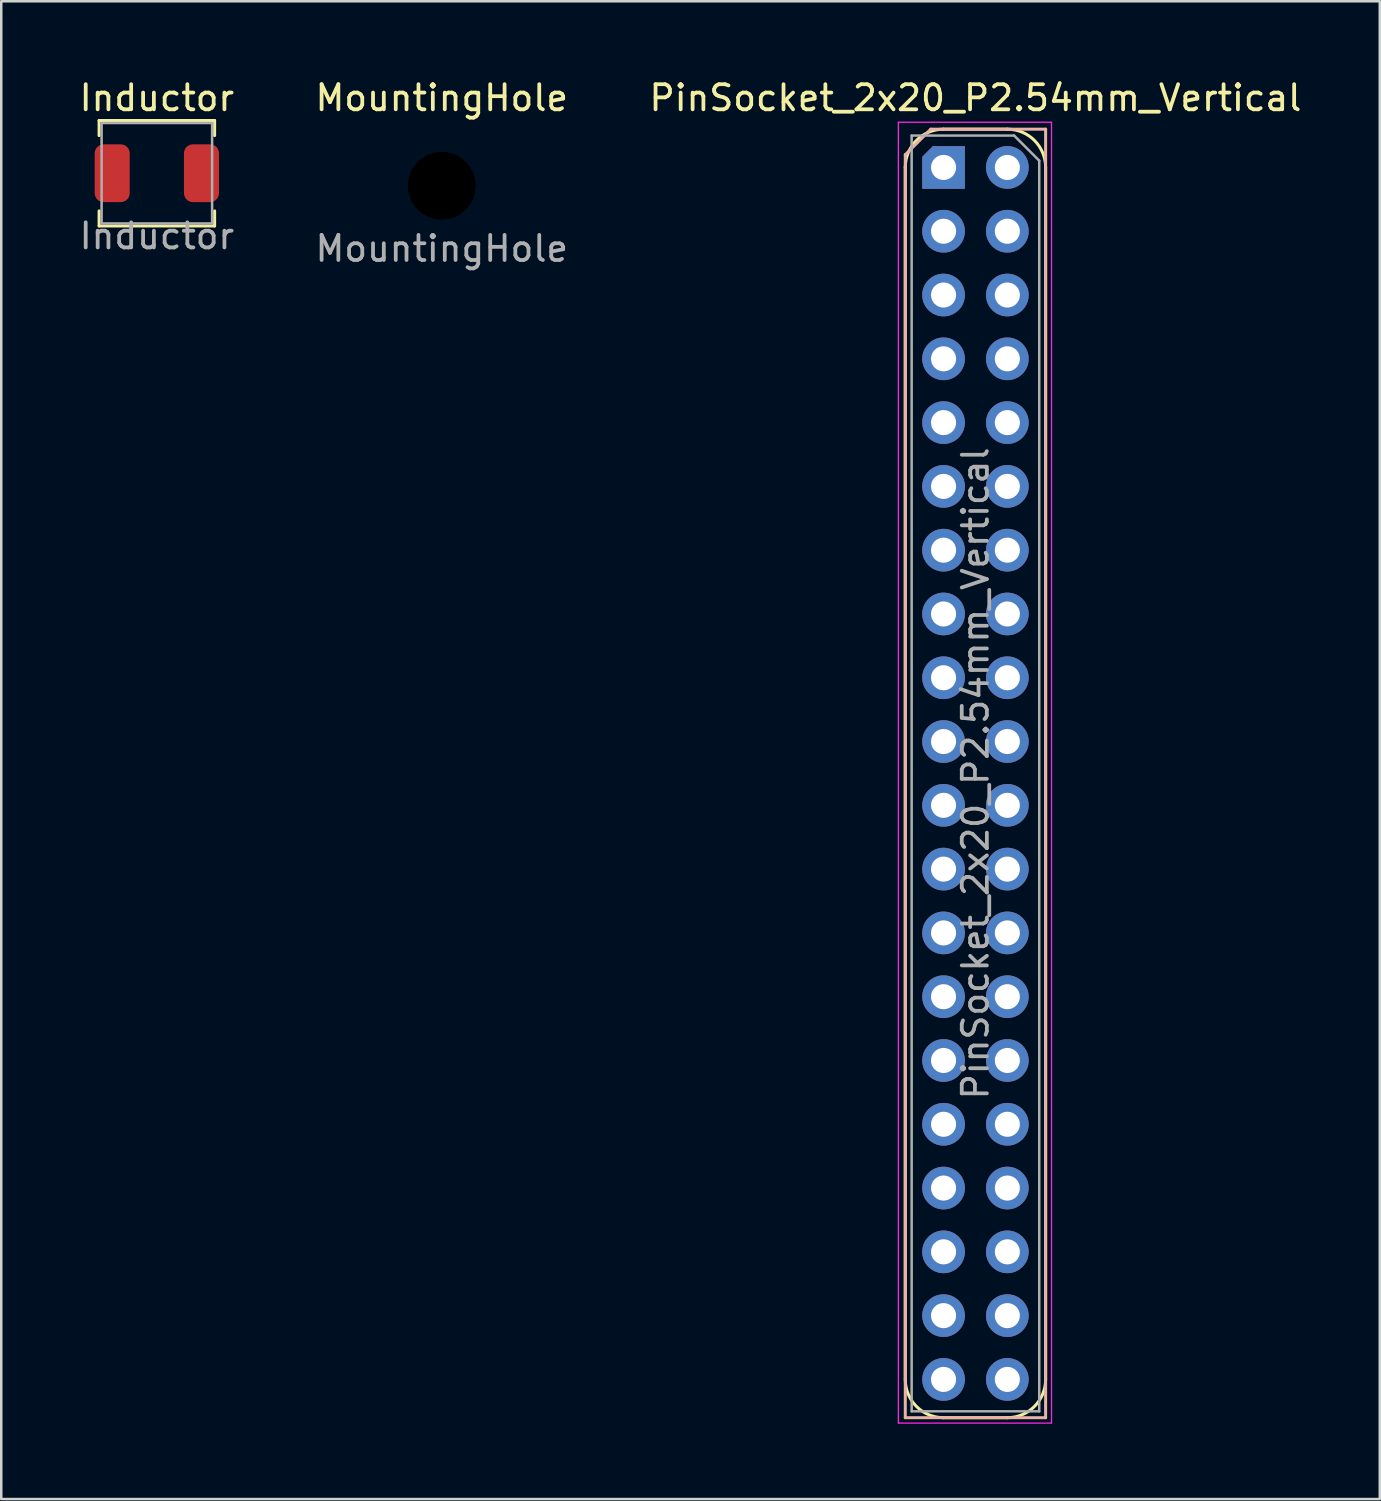
<source format=kicad_pcb>
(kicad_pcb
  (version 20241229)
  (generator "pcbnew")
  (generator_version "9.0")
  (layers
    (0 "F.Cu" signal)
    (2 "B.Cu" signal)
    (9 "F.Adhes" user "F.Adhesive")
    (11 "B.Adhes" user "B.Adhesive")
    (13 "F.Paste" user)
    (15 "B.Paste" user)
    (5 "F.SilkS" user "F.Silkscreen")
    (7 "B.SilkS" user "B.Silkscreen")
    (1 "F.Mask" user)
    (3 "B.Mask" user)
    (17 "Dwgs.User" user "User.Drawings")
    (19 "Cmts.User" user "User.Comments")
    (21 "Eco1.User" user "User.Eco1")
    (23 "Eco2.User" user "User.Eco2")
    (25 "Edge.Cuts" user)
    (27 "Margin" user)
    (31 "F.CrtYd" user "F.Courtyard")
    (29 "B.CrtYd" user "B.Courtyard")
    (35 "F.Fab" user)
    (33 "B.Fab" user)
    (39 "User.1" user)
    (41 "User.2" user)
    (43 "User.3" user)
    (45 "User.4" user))
  (footprint "PinSocket_2x20_P2.54mm_Vertical"
    (layer "F.Cu")
    (at 37.062 3.618)
    (property "Reference" "PinSocket_2x20_P2.54mm_Vertical" (at -1.27 -2.77 0) (layer "F.SilkS") (effects (font (size 1 1) (thickness 0.15))))
    (attr through_hole)
    (fp_line (start -4.064 48.26) (end -4.064 0) (stroke (width 0.12) (type default)) (layer "F.SilkS"))
    (fp_line (start -2.54 -1.524) (end 0 -1.524) (stroke (width 0.12) (type default)) (layer "F.SilkS"))
    (fp_line (start 0 49.784) (end -2.54 49.784) (stroke (width 0.12) (type default)) (layer "F.SilkS"))
    (fp_line (start 1.524 0) (end 1.524 48.26) (stroke (width 0.12) (type default)) (layer "F.SilkS"))
    (fp_arc (start -4.064 0) (mid -3.617631 -1.077631) (end -2.54 -1.524) (stroke (width 0.12) (type default)) (layer "F.SilkS"))
    (fp_arc (start -2.54 49.784) (mid -3.617631 49.337631) (end -4.064 48.26) (stroke (width 0.12) (type default)) (layer "F.SilkS"))
    (fp_arc (start 0 -1.524) (mid 1.077631 -1.077631) (end 1.524 0) (stroke (width 0.12) (type default)) (layer "F.SilkS"))
    (fp_arc (start 1.524 48.26) (mid 1.077631 49.337631) (end 0 49.784) (stroke (width 0.12) (type default)) (layer "F.SilkS"))
    (fp_line (start -4.064 -0.508) (end -3.048 -1.524) (stroke (width 0.12) (type default)) (layer "B.SilkS"))
    (fp_line (start -4.064 49.784) (end -4.064 -0.508) (stroke (width 0.12) (type default)) (layer "B.SilkS"))
    (fp_line (start 1.524 -1.524) (end -3.048 -1.524) (stroke (width 0.12) (type default)) (layer "B.SilkS"))
    (fp_line (start 1.524 -1.524) (end 1.524 49.784) (stroke (width 0.12) (type default)) (layer "B.SilkS"))
    (fp_line (start 1.524 49.784) (end -4.064 49.784) (stroke (width 0.12) (type default)) (layer "B.SilkS"))
    (fp_line (start -4.34 -1.8) (end 1.76 -1.8) (stroke (width 0.05) (type solid)) (layer "F.CrtYd"))
    (fp_line (start -4.34 50) (end -4.34 -1.8) (stroke (width 0.05) (type solid)) (layer "F.CrtYd"))
    (fp_line (start 1.76 -1.8) (end 1.76 50) (stroke (width 0.05) (type solid)) (layer "F.CrtYd"))
    (fp_line (start 1.76 50) (end -4.34 50) (stroke (width 0.05) (type solid)) (layer "F.CrtYd"))
    (fp_line (start -3.81 -1.27) (end 0.27 -1.27) (stroke (width 0.1) (type solid)) (layer "F.Fab"))
    (fp_line (start -3.81 49.53) (end -3.81 -1.27) (stroke (width 0.1) (type solid)) (layer "F.Fab"))
    (fp_line (start 0.27 -1.27) (end 1.27 -0.27) (stroke (width 0.1) (type solid)) (layer "F.Fab"))
    (fp_line (start 1.27 -0.27) (end 1.27 49.53) (stroke (width 0.1) (type solid)) (layer "F.Fab"))
    (fp_line (start 1.27 49.53) (end -3.81 49.53) (stroke (width 0.1) (type solid)) (layer "F.Fab"))
    (fp_text user "${REFERENCE}" (at -1.27 24.13 90) (layer "F.Fab") (effects (font (size 1 1) (thickness 0.15))))
    (pad "1" thru_hole roundrect (at -2.54 0) (size 1.7 1.7) (drill 1) (layers "*.Cu" "*.Mask") (roundrect_rratio 0) (chamfer_ratio 0.25) (chamfer top_left))
    (pad "2" thru_hole circle (at 0 0) (size 1.7 1.7) (drill 1) (layers "*.Cu" "*.Mask"))
    (pad "3" thru_hole oval (at -2.54 2.54) (size 1.7 1.7) (drill 1) (layers "*.Cu" "*.Mask"))
    (pad "4" thru_hole oval (at 0 2.54) (size 1.7 1.7) (drill 1) (layers "*.Cu" "*.Mask"))
    (pad "5" thru_hole oval (at -2.54 5.08) (size 1.7 1.7) (drill 1) (layers "*.Cu" "*.Mask"))
    (pad "6" thru_hole oval (at 0 5.08) (size 1.7 1.7) (drill 1) (layers "*.Cu" "*.Mask"))
    (pad "7" thru_hole oval (at -2.54 7.62) (size 1.7 1.7) (drill 1) (layers "*.Cu" "*.Mask"))
    (pad "8" thru_hole oval (at 0 7.62) (size 1.7 1.7) (drill 1) (layers "*.Cu" "*.Mask"))
    (pad "9" thru_hole oval (at -2.54 10.16) (size 1.7 1.7) (drill 1) (layers "*.Cu" "*.Mask"))
    (pad "10" thru_hole oval (at 0 10.16) (size 1.7 1.7) (drill 1) (layers "*.Cu" "*.Mask"))
    (pad "11" thru_hole oval (at -2.54 12.7) (size 1.7 1.7) (drill 1) (layers "*.Cu" "*.Mask"))
    (pad "12" thru_hole oval (at 0 12.7) (size 1.7 1.7) (drill 1) (layers "*.Cu" "*.Mask"))
    (pad "13" thru_hole oval (at -2.54 15.24) (size 1.7 1.7) (drill 1) (layers "*.Cu" "*.Mask"))
    (pad "14" thru_hole oval (at 0 15.24) (size 1.7 1.7) (drill 1) (layers "*.Cu" "*.Mask"))
    (pad "15" thru_hole oval (at -2.54 17.78) (size 1.7 1.7) (drill 1) (layers "*.Cu" "*.Mask"))
    (pad "16" thru_hole oval (at 0 17.78) (size 1.7 1.7) (drill 1) (layers "*.Cu" "*.Mask"))
    (pad "17" thru_hole oval (at -2.54 20.32) (size 1.7 1.7) (drill 1) (layers "*.Cu" "*.Mask"))
    (pad "18" thru_hole oval (at 0 20.32) (size 1.7 1.7) (drill 1) (layers "*.Cu" "*.Mask"))
    (pad "19" thru_hole oval (at -2.54 22.86) (size 1.7 1.7) (drill 1) (layers "*.Cu" "*.Mask"))
    (pad "20" thru_hole oval (at 0 22.86) (size 1.7 1.7) (drill 1) (layers "*.Cu" "*.Mask"))
    (pad "21" thru_hole oval (at -2.54 25.4) (size 1.7 1.7) (drill 1) (layers "*.Cu" "*.Mask"))
    (pad "22" thru_hole oval (at 0 25.4) (size 1.7 1.7) (drill 1) (layers "*.Cu" "*.Mask"))
    (pad "23" thru_hole oval (at -2.54 27.94) (size 1.7 1.7) (drill 1) (layers "*.Cu" "*.Mask"))
    (pad "24" thru_hole oval (at 0 27.94) (size 1.7 1.7) (drill 1) (layers "*.Cu" "*.Mask"))
    (pad "25" thru_hole oval (at -2.54 30.48) (size 1.7 1.7) (drill 1) (layers "*.Cu" "*.Mask"))
    (pad "26" thru_hole oval (at 0 30.48) (size 1.7 1.7) (drill 1) (layers "*.Cu" "*.Mask"))
    (pad "27" thru_hole oval (at -2.54 33.02) (size 1.7 1.7) (drill 1) (layers "*.Cu" "*.Mask"))
    (pad "28" thru_hole oval (at 0 33.02) (size 1.7 1.7) (drill 1) (layers "*.Cu" "*.Mask"))
    (pad "29" thru_hole oval (at -2.54 35.56) (size 1.7 1.7) (drill 1) (layers "*.Cu" "*.Mask"))
    (pad "30" thru_hole oval (at 0 35.56) (size 1.7 1.7) (drill 1) (layers "*.Cu" "*.Mask"))
    (pad "31" thru_hole oval (at -2.54 38.1) (size 1.7 1.7) (drill 1) (layers "*.Cu" "*.Mask"))
    (pad "32" thru_hole oval (at 0 38.1) (size 1.7 1.7) (drill 1) (layers "*.Cu" "*.Mask"))
    (pad "33" thru_hole oval (at -2.54 40.64) (size 1.7 1.7) (drill 1) (layers "*.Cu" "*.Mask"))
    (pad "34" thru_hole oval (at 0 40.64) (size 1.7 1.7) (drill 1) (layers "*.Cu" "*.Mask"))
    (pad "35" thru_hole oval (at -2.54 43.18) (size 1.7 1.7) (drill 1) (layers "*.Cu" "*.Mask"))
    (pad "36" thru_hole oval (at 0 43.18) (size 1.7 1.7) (drill 1) (layers "*.Cu" "*.Mask"))
    (pad "37" thru_hole oval (at -2.54 45.72) (size 1.7 1.7) (drill 1) (layers "*.Cu" "*.Mask"))
    (pad "38" thru_hole oval (at 0 45.72) (size 1.7 1.7) (drill 1) (layers "*.Cu" "*.Mask"))
    (pad "39" thru_hole oval (at -2.54 48.26) (size 1.7 1.7) (drill 1) (layers "*.Cu" "*.Mask"))
    (pad "40" thru_hole oval (at 0 48.26) (size 1.7 1.7) (drill 1) (layers "*.Cu" "*.Mask")))
  (footprint "Inductor"
    (layer "F.Cu")
    (at 3.196 3.848)
    (property "Reference" "Inductor" (at 0 -3 0) (unlocked yes) (layer "F.SilkS") (effects (font (size 1 1) (thickness 0.15))))
    (attr smd)
    (fp_line (start -2.3 -2.1) (end 2.3 -2.1) (stroke (width 0.12) (type default)) (layer "F.SilkS"))
    (fp_line (start -2.3 -1.5) (end -2.3 -2.1) (stroke (width 0.12) (type default)) (layer "F.SilkS"))
    (fp_line (start -2.3 2.1) (end -2.3 1.5) (stroke (width 0.12) (type default)) (layer "F.SilkS"))
    (fp_line (start 2.3 -2.1) (end 2.3 -1.5) (stroke (width 0.12) (type default)) (layer "F.SilkS"))
    (fp_line (start 2.3 1.5) (end 2.3 2.1) (stroke (width 0.12) (type default)) (layer "F.SilkS"))
    (fp_line (start 2.3 2.1) (end -2.3 2.1) (stroke (width 0.12) (type default)) (layer "F.SilkS"))
    (fp_rect (start -2.2 -2) (end 2.2 2) (stroke (width 0.1) (type default)) (fill no) (layer "F.Fab"))
    (fp_text user "${REFERENCE}" (at 0 2.5 0) (unlocked yes) (layer "F.Fab") (effects (font (size 1 1) (thickness 0.15))))
    (pad "1" smd roundrect (at -1.778 0 90) (size 2.3 1.395) (layers "F.Cu" "F.Mask" "F.Paste") (roundrect_rratio 0.25))
    (pad "2" smd roundrect (at 1.777 0 90) (size 2.3 1.395) (layers "F.Cu" "F.Mask" "F.Paste") (roundrect_rratio 0.25)))
  (footprint "MountingHole"
    (layer "F.Cu")
    (at 14.542 4.348)
    (property "Reference" "MountingHole" (at 0 -3.5 0) (unlocked yes) (layer "F.SilkS") (effects (font (size 1 1) (thickness 0.15))))
    (attr smd)
    (fp_text user "${REFERENCE}" (at 0 2.5 0) (unlocked yes) (layer "F.Fab") (effects (font (size 1 1) (thickness 0.15))))
    (pad "" np_thru_hole circle (at 0 0) (size 5.4 5.4) (drill 2.7) (layers "*.Mask")))
  (gr_rect
    (start -3 -3)
    (end 51.893 56.643)
    (stroke (width 0.1) (type default))
    (fill no)
    (layer "Edge.Cuts")))
</source>
